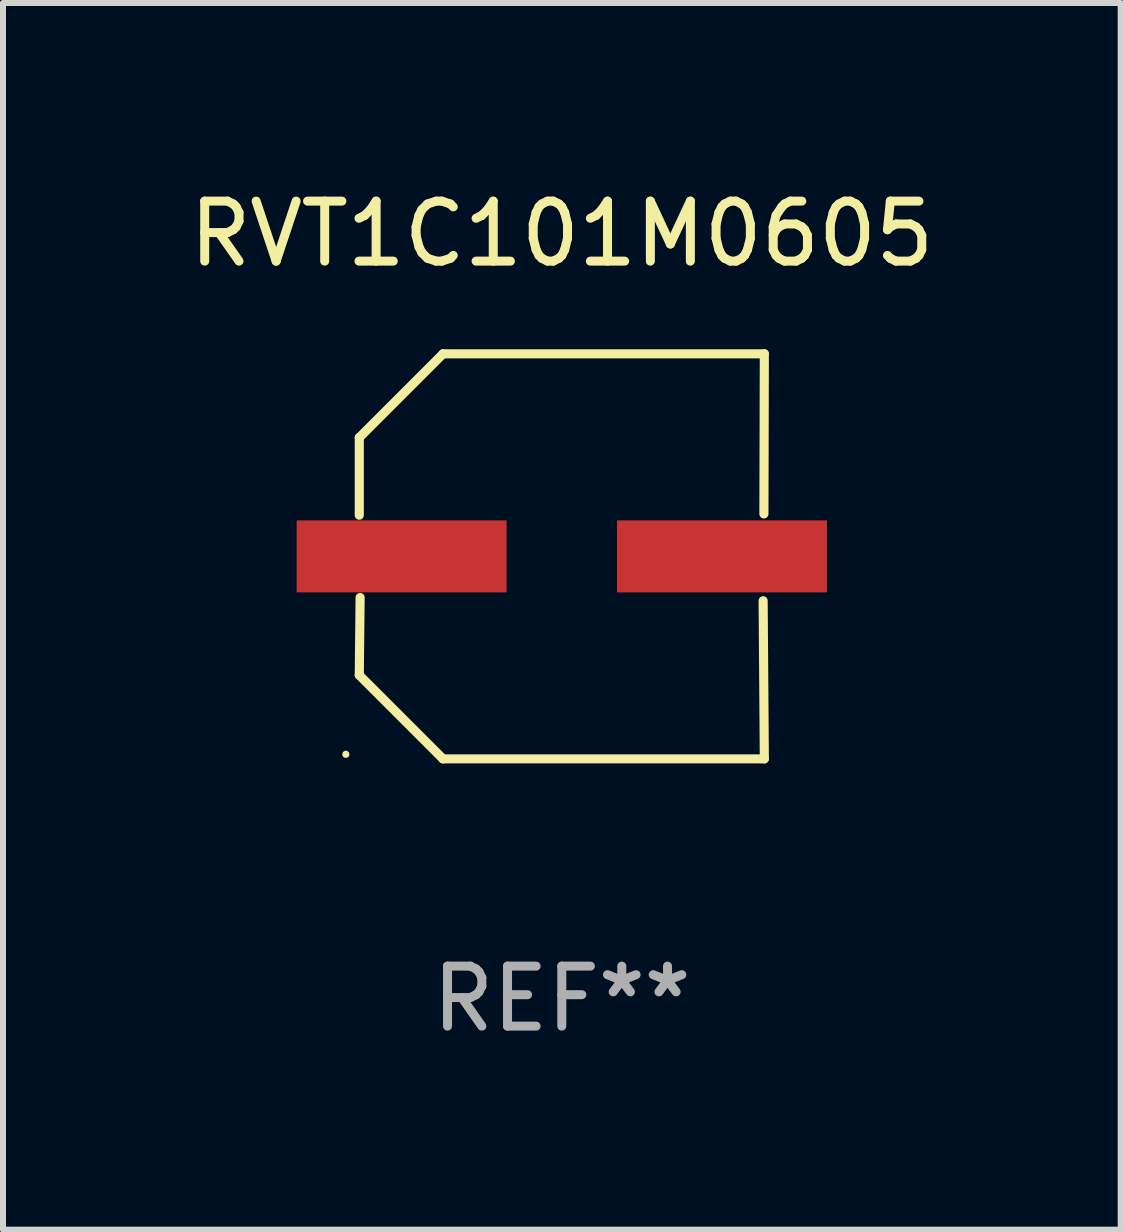
<source format=kicad_pcb>
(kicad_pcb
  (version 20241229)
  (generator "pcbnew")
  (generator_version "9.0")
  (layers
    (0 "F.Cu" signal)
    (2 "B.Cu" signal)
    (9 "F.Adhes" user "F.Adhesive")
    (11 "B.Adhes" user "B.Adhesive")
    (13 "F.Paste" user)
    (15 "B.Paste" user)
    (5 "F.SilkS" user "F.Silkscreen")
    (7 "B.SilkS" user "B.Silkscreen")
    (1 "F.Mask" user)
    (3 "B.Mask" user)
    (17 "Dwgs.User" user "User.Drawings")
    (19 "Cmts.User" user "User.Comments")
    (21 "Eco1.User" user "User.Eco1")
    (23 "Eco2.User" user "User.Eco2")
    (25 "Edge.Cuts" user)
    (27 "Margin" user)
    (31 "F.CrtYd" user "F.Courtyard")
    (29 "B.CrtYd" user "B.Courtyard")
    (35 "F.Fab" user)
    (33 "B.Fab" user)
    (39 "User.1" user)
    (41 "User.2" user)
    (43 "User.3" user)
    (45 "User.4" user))
  (footprint "RVT1C101M0605"
    (layer "F.Cu")
    (at 6.315 6.224)
    (property "Reference" "RVT1C101M0605" (at 0 -5.376 0) (layer "F.SilkS") (effects (font (size 1 1) (thickness 0.15))))
    (attr through_hole)
    (fp_line (start -3.376 -1.98) (end -3.376 -0.686) (stroke (width 0.152) (type solid)) (layer "F.SilkS"))
    (fp_line (start -3.376 1.981) (end -3.362 0.686) (stroke (width 0.152) (type solid)) (layer "F.SilkS"))
    (fp_line (start -1.981 3.376) (end -3.376 1.981) (stroke (width 0.152) (type solid)) (layer "F.SilkS"))
    (fp_line (start -1.98 -3.376) (end -3.376 -1.98) (stroke (width 0.152) (type solid)) (layer "F.SilkS"))
    (fp_line (start 3.356 0.74) (end 3.376 3.376) (stroke (width 0.152) (type solid)) (layer "F.SilkS"))
    (fp_line (start 3.369 -0.707) (end 3.376 -3.376) (stroke (width 0.152) (type solid)) (layer "F.SilkS"))
    (fp_line (start 3.376 3.376) (end -1.981 3.376) (stroke (width 0.152) (type solid)) (layer "F.SilkS"))
    (fp_line (start 3.376 -3.376) (end -1.98 -3.376) (stroke (width 0.152) (type solid)) (layer "F.SilkS"))
    (fp_circle (center -3.6 3.3) (end -3.57 3.3) (stroke (width 0.06) (type solid)) (fill no) (layer "F.SilkS"))
    (fp_text user "REF**" (at 0 7.376 0) (layer "F.Fab") (effects (font (size 1 1) (thickness 0.15))))
    (pad "1" smd rect (at -2.67 0.000381) (size 3.5 1.2) (layers "F.Cu" "F.Mask" "F.Paste"))
    (pad "2" smd rect (at 2.67 0.000381) (size 3.5 1.2) (layers "F.Cu" "F.Mask" "F.Paste")))
  (gr_rect
    (start -3 -3)
    (end 15.631 17.448)
    (stroke (width 0.1) (type default))
    (fill no)
    (layer "Edge.Cuts")))
</source>
